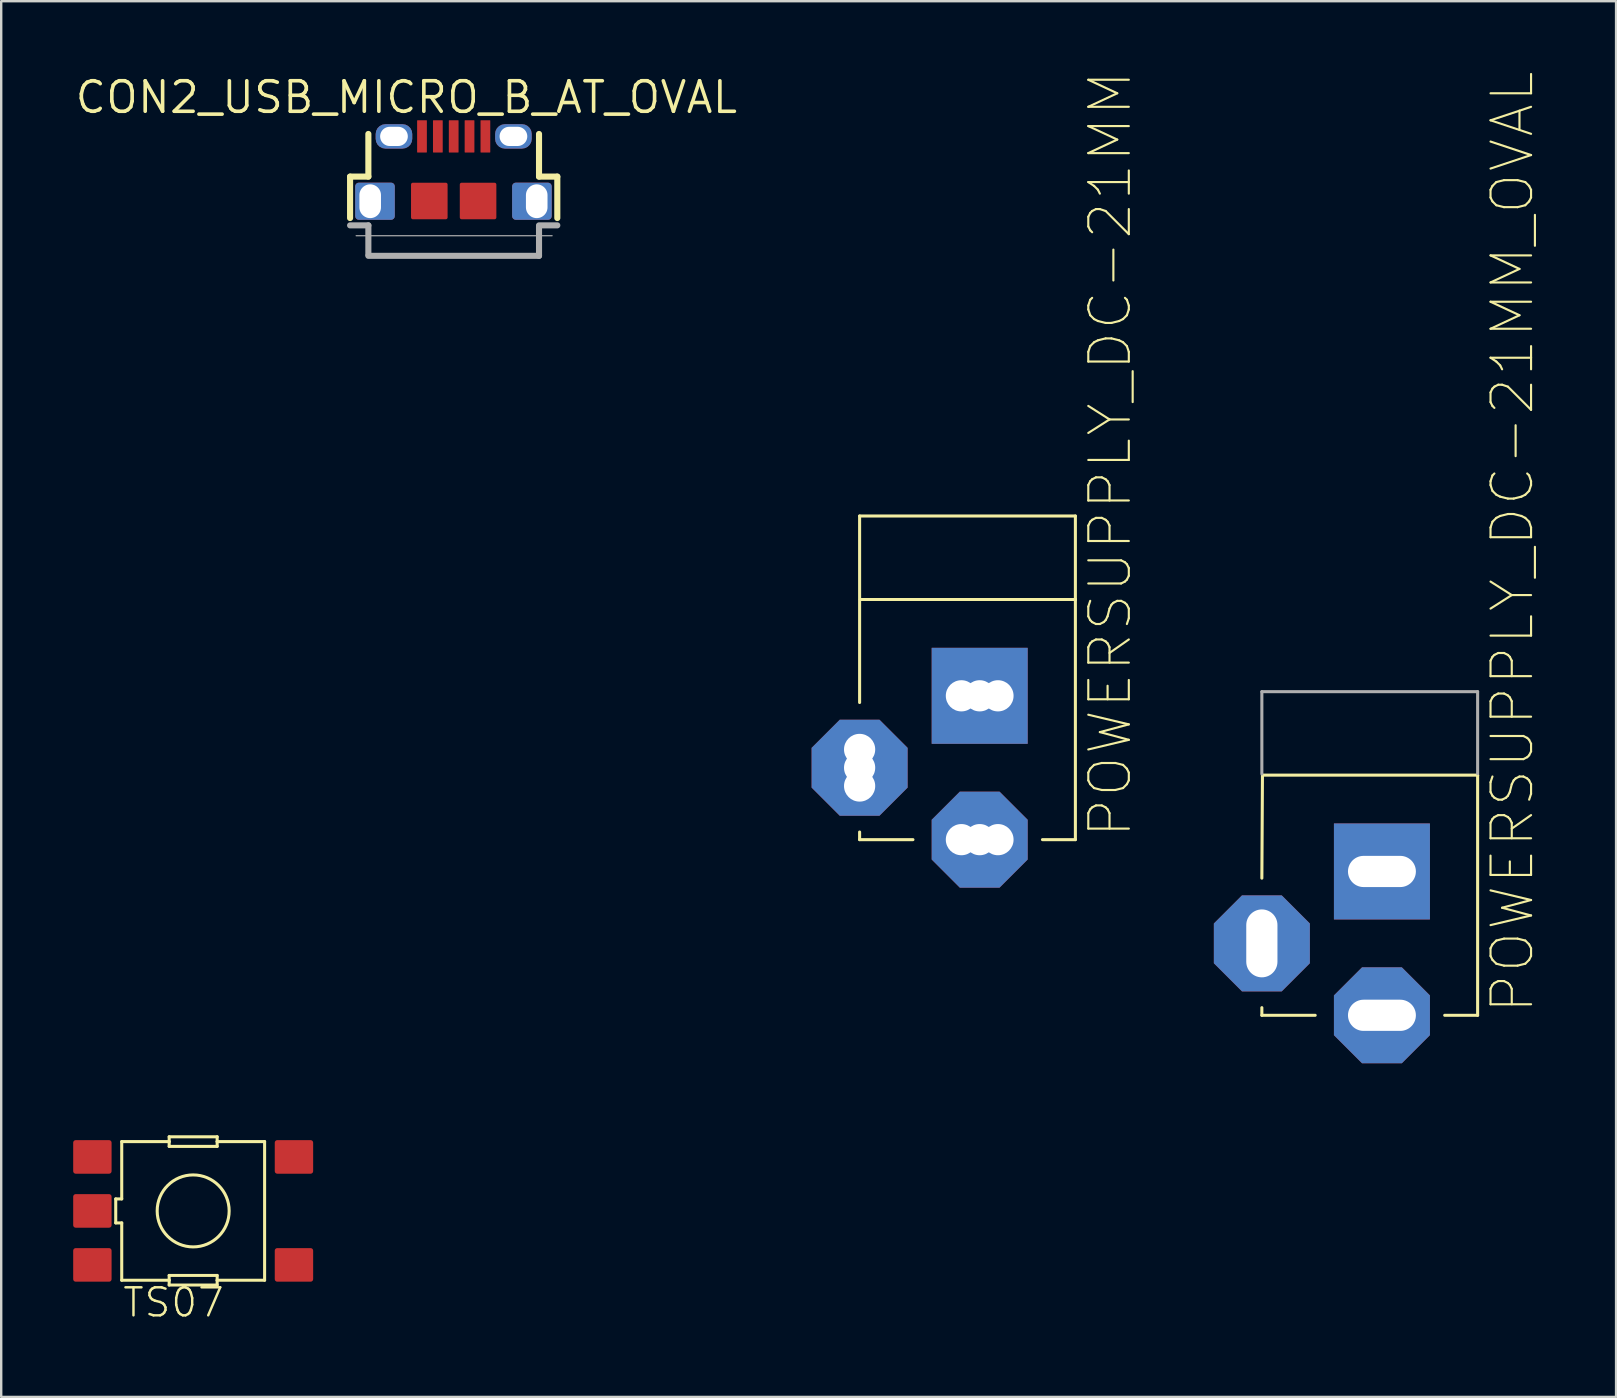
<source format=kicad_pcb>
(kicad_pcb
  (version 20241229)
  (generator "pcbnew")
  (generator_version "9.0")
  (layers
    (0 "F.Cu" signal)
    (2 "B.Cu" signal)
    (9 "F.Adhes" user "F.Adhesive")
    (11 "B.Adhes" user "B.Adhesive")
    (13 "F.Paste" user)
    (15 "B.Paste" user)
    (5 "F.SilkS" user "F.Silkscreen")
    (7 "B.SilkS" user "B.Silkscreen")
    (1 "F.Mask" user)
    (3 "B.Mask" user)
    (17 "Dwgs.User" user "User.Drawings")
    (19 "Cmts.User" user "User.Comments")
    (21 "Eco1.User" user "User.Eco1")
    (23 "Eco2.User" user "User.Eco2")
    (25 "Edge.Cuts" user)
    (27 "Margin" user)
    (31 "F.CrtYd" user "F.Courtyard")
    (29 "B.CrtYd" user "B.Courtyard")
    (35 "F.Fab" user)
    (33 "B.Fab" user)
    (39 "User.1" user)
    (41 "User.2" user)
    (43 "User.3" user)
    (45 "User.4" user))
  (footprint "CON2_USB_MICRO_B_AT_OVAL"
    (layer "F.Cu")
    (at 15.857 5.326)
    (property "Reference" "CON2_USB_MICRO_B_AT_OVAL" (at -1.97 -4.32 0) (layer "F.SilkS") (effects (font (size 1.27 1.27) (thickness 0.15))))
    (attr through_hole)
    (fp_line (start -4.318 -1.016) (end -3.556 -1.016) (stroke (width 0.254) (type solid)) (layer "F.SilkS"))
    (fp_line (start -4.318 0.711) (end -4.318 -1.016) (stroke (width 0.254) (type solid)) (layer "F.SilkS"))
    (fp_line (start -3.556 -1.016) (end -3.556 -2.794) (stroke (width 0.254) (type solid)) (layer "F.SilkS"))
    (fp_line (start 3.556 -2.794) (end 3.556 -1.016) (stroke (width 0.254) (type solid)) (layer "F.SilkS"))
    (fp_line (start 3.556 -1.016) (end 4.318 -1.016) (stroke (width 0.254) (type solid)) (layer "F.SilkS"))
    (fp_line (start 4.318 -1.016) (end 4.318 0.711) (stroke (width 0.254) (type solid)) (layer "F.SilkS"))
    (fp_line (start -4.039 0.432) (end -4.039 -0.432) (stroke (width 0.127) (type solid)) (layer "F.Paste"))
    (fp_line (start -3.937 -0.584) (end -3.937 0.584) (stroke (width 0.127) (type solid)) (layer "F.Paste"))
    (fp_line (start -3.785 -0.686) (end -2.819 -0.686) (stroke (width 0.127) (type solid)) (layer "F.Paste"))
    (fp_line (start -3.15 -2.515) (end -3.15 -2.87) (stroke (width 0.127) (type solid)) (layer "F.Paste"))
    (fp_line (start -3.073 -0.66) (end -2.972 -0.66) (stroke (width 0.127) (type solid)) (layer "F.Paste"))
    (fp_line (start -3.073 0.635) (end -3.073 -0.66) (stroke (width 0.127) (type solid)) (layer "F.Paste"))
    (fp_line (start -3.048 -2.87) (end -3.023 -2.489) (stroke (width 0.127) (type solid)) (layer "F.Paste"))
    (fp_line (start -2.972 -0.66) (end -2.972 0.635) (stroke (width 0.127) (type solid)) (layer "F.Paste"))
    (fp_line (start -2.972 -0.66) (end -2.946 -0.66) (stroke (width 0.127) (type solid)) (layer "F.Paste"))
    (fp_line (start -2.972 0.635) (end -2.845 0.635) (stroke (width 0.127) (type solid)) (layer "F.Paste"))
    (fp_line (start -2.896 -3.124) (end -2.083 -3.124) (stroke (width 0.127) (type solid)) (layer "F.Paste"))
    (fp_line (start -2.845 -0.635) (end -2.743 -0.635) (stroke (width 0.127) (type solid)) (layer "F.Paste"))
    (fp_line (start -2.845 0.635) (end -2.845 -0.635) (stroke (width 0.127) (type solid)) (layer "F.Paste"))
    (fp_line (start -2.819 0.686) (end -3.785 0.686) (stroke (width 0.127) (type solid)) (layer "F.Paste"))
    (fp_line (start -2.743 -0.635) (end -2.743 0.635) (stroke (width 0.127) (type solid)) (layer "F.Paste"))
    (fp_line (start -2.743 0.635) (end -2.692 0.635) (stroke (width 0.127) (type solid)) (layer "F.Paste"))
    (fp_line (start -2.692 0.635) (end -2.692 -0.635) (stroke (width 0.127) (type solid)) (layer "F.Paste"))
    (fp_line (start -2.565 -0.432) (end -2.565 0.432) (stroke (width 0.127) (type solid)) (layer "F.Paste"))
    (fp_line (start -2.083 -2.261) (end -2.896 -2.261) (stroke (width 0.127) (type solid)) (layer "F.Paste"))
    (fp_line (start -1.956 -2.489) (end -1.956 -2.896) (stroke (width 0.127) (type solid)) (layer "F.Paste"))
    (fp_line (start -1.829 -2.87) (end -1.829 -2.515) (stroke (width 0.127) (type solid)) (layer "F.Paste"))
    (fp_line (start 1.829 -2.515) (end 1.829 -2.87) (stroke (width 0.127) (type solid)) (layer "F.Paste"))
    (fp_line (start 1.93 -2.87) (end 1.93 -2.515) (stroke (width 0.127) (type solid)) (layer "F.Paste"))
    (fp_line (start 2.083 -3.124) (end 2.896 -3.124) (stroke (width 0.127) (type solid)) (layer "F.Paste"))
    (fp_line (start 2.591 0.432) (end 2.591 -0.432) (stroke (width 0.127) (type solid)) (layer "F.Paste"))
    (fp_line (start 2.692 -0.584) (end 2.692 0.584) (stroke (width 0.127) (type solid)) (layer "F.Paste"))
    (fp_line (start 2.692 0.584) (end 2.819 0.584) (stroke (width 0.127) (type solid)) (layer "F.Paste"))
    (fp_line (start 2.819 -0.584) (end 2.946 -0.584) (stroke (width 0.127) (type solid)) (layer "F.Paste"))
    (fp_line (start 2.819 0.584) (end 2.819 -0.584) (stroke (width 0.127) (type solid)) (layer "F.Paste"))
    (fp_line (start 2.845 -0.686) (end 3.759 -0.686) (stroke (width 0.127) (type solid)) (layer "F.Paste"))
    (fp_line (start 2.896 -2.261) (end 2.083 -2.261) (stroke (width 0.127) (type solid)) (layer "F.Paste"))
    (fp_line (start 2.946 -0.584) (end 2.946 0.61) (stroke (width 0.127) (type solid)) (layer "F.Paste"))
    (fp_line (start 2.946 0.61) (end 3.048 0.61) (stroke (width 0.127) (type solid)) (layer "F.Paste"))
    (fp_line (start 3.023 -2.896) (end 3.023 -2.489) (stroke (width 0.127) (type solid)) (layer "F.Paste"))
    (fp_line (start 3.073 0.584) (end 3.073 -0.61) (stroke (width 0.127) (type solid)) (layer "F.Paste"))
    (fp_line (start 3.15 -2.87) (end 3.15 -2.515) (stroke (width 0.127) (type solid)) (layer "F.Paste"))
    (fp_line (start 3.759 0.686) (end 2.845 0.686) (stroke (width 0.127) (type solid)) (layer "F.Paste"))
    (fp_line (start 3.912 -0.584) (end 3.912 0.584) (stroke (width 0.127) (type solid)) (layer "F.Paste"))
    (fp_line (start 4.013 -0.432) (end 4.013 0.432) (stroke (width 0.127) (type solid)) (layer "F.Paste"))
    (fp_arc (start -4.0386 -0.4318) (mid -3.964205 -0.611405) (end -3.7846 -0.6858) (stroke (width 0.127) (type solid)) (layer "F.Paste"))
    (fp_arc (start -3.7846 0.6858) (mid -3.964205 0.611405) (end -4.0386 0.4318) (stroke (width 0.127) (type solid)) (layer "F.Paste"))
    (fp_arc (start -3.1496 -2.8702) (mid -3.075205 -3.049805) (end -2.8956 -3.1242) (stroke (width 0.127) (type solid)) (layer "F.Paste"))
    (fp_arc (start -3.048 -2.8702) (mid -3.003363 -2.977963) (end -2.8956 -3.0226) (stroke (width 0.127) (type solid)) (layer "F.Paste"))
    (fp_arc (start -2.8956 -2.3622) (mid -2.985403 -2.399397) (end -3.0226 -2.4892) (stroke (width 0.127) (type solid)) (layer "F.Paste"))
    (fp_arc (start -2.8956 -2.2606) (mid -3.075205 -2.334995) (end -3.1496 -2.5146) (stroke (width 0.127) (type solid)) (layer "F.Paste"))
    (fp_arc (start -2.8194 -0.6858) (mid -2.639795 -0.611405) (end -2.5654 -0.4318) (stroke (width 0.127) (type solid)) (layer "F.Paste"))
    (fp_arc (start -2.5654 0.4318) (mid -2.639795 0.611405) (end -2.8194 0.6858) (stroke (width 0.127) (type solid)) (layer "F.Paste"))
    (fp_arc (start -2.0828 -3.1242) (mid -1.903195 -3.049805) (end -1.8288 -2.8702) (stroke (width 0.127) (type solid)) (layer "F.Paste"))
    (fp_arc (start -2.0828 -3.0226) (mid -1.992997 -2.985403) (end -1.9558 -2.8956) (stroke (width 0.127) (type solid)) (layer "F.Paste"))
    (fp_arc (start -1.9558 -2.4892) (mid -1.992997 -2.399397) (end -2.0828 -2.3622) (stroke (width 0.127) (type solid)) (layer "F.Paste"))
    (fp_arc (start -1.8288 -2.5146) (mid -1.903195 -2.334995) (end -2.0828 -2.2606) (stroke (width 0.127) (type solid)) (layer "F.Paste"))
    (fp_arc (start 1.8288 -2.8702) (mid 1.903195 -3.049805) (end 2.0828 -3.1242) (stroke (width 0.127) (type solid)) (layer "F.Paste"))
    (fp_arc (start 1.9304 -2.8702) (mid 1.967597 -2.960003) (end 2.0574 -2.9972) (stroke (width 0.127) (type solid)) (layer "F.Paste"))
    (fp_arc (start 2.0574 -2.3876) (mid 1.967597 -2.424797) (end 1.9304 -2.5146) (stroke (width 0.127) (type solid)) (layer "F.Paste"))
    (fp_arc (start 2.0828 -2.2606) (mid 1.903195 -2.334995) (end 1.8288 -2.5146) (stroke (width 0.127) (type solid)) (layer "F.Paste"))
    (fp_arc (start 2.5908 -0.4318) (mid 2.665195 -0.611405) (end 2.8448 -0.6858) (stroke (width 0.127) (type solid)) (layer "F.Paste"))
    (fp_arc (start 2.8448 0.6858) (mid 2.665195 0.611405) (end 2.5908 0.4318) (stroke (width 0.127) (type solid)) (layer "F.Paste"))
    (fp_arc (start 2.8956 -3.1242) (mid 3.075205 -3.049805) (end 3.1496 -2.8702) (stroke (width 0.127) (type solid)) (layer "F.Paste"))
    (fp_arc (start 2.8956 -3.0226) (mid 2.985403 -2.985403) (end 3.0226 -2.8956) (stroke (width 0.127) (type solid)) (layer "F.Paste"))
    (fp_arc (start 3.0226 -2.4892) (mid 2.985403 -2.399397) (end 2.8956 -2.3622) (stroke (width 0.127) (type solid)) (layer "F.Paste"))
    (fp_arc (start 3.0734 0.5842) (mid 3.065961 0.602161) (end 3.048 0.6096) (stroke (width 0.127) (type solid)) (layer "F.Paste"))
    (fp_arc (start 3.1496 -2.5146) (mid 3.075205 -2.334995) (end 2.8956 -2.2606) (stroke (width 0.127) (type solid)) (layer "F.Paste"))
    (fp_arc (start 3.7592 -0.6858) (mid 3.938805 -0.611405) (end 4.0132 -0.4318) (stroke (width 0.127) (type solid)) (layer "F.Paste"))
    (fp_arc (start 4.0132 0.4318) (mid 3.938805 0.611405) (end 3.7592 0.6858) (stroke (width 0.127) (type solid)) (layer "F.Paste"))
    (fp_line (start -4.064 1.448) (end 4.1 1.448) (stroke (width 0.051) (type solid)) (layer "F.Fab"))
    (fp_line (start -3.556 1.016) (end -4.318 1.016) (stroke (width 0.254) (type solid)) (layer "F.Fab"))
    (fp_line (start -3.556 2.235) (end -3.556 1.016) (stroke (width 0.254) (type solid)) (layer "F.Fab"))
    (fp_line (start 3.556 2.286) (end -3.556 2.286) (stroke (width 0.254) (type solid)) (layer "F.Fab"))
    (fp_line (start 3.556 2.286) (end 3.556 1.067) (stroke (width 0.254) (type solid)) (layer "F.Fab"))
    (fp_line (start 4.318 1.016) (end 3.556 1.016) (stroke (width 0.254) (type solid)) (layer "F.Fab"))
    (pad "P1" smd roundrect (at -1.321 -2.692) (size 0.406 1.346) (layers "F.Cu" "F.Mask" "F.Paste") (roundrect_rratio 0.05))
    (pad "P2" smd roundrect (at -0.66 -2.692) (size 0.406 1.346) (layers "F.Cu" "F.Mask" "F.Paste") (roundrect_rratio 0.05))
    (pad "P3" smd roundrect (at 0 -2.692) (size 0.406 1.346) (layers "F.Cu" "F.Mask" "F.Paste") (roundrect_rratio 0.05))
    (pad "P4" smd roundrect (at 0.66 -2.692) (size 0.406 1.346) (layers "F.Cu" "F.Mask" "F.Paste") (roundrect_rratio 0.05))
    (pad "P5" smd roundrect (at 1.321 -2.692) (size 0.406 1.346) (layers "F.Cu" "F.Mask" "F.Paste") (roundrect_rratio 0.05))
    (pad "S1" thru_hole roundrect (at -3.48 0.01) (size 1.651 1.549) (drill oval 0.9 1.408 (offset 0.2 0)) (layers "*.Cu" "*.Mask") (roundrect_rratio 0.1))
    (pad "S2" thru_hole roundrect (at 3.46 0.01) (size 1.651 1.549) (drill oval 0.9 1.408 (offset -0.2 0)) (layers "*.Cu" "*.Mask") (roundrect_rratio 0.1))
    (pad "S3" thru_hole roundrect (at -2.489 -2.692) (size 1.524 1.016) (drill oval 1.154 0.8) (layers "*.Cu" "*.Mask") (roundrect_rratio 0.4))
    (pad "S4" thru_hole roundrect (at 2.489 -2.692) (size 1.524 1.016) (drill oval 1.154 0.8) (layers "*.Cu" "*.Mask") (roundrect_rratio 0.4))
    (pad "S5" smd roundrect (at -1.016 0) (size 1.524 1.524) (layers "F.Cu" "F.Mask" "F.Paste") (roundrect_rratio 0.05))
    (pad "S6" smd roundrect (at 1.016 0) (size 1.524 1.524) (layers "F.Cu" "F.Mask" "F.Paste") (roundrect_rratio 0.05)))
  (footprint "TS07"
    (layer "F.Cu")
    (at 5 47.413)
    (property "Reference" "TS07" (at -3 4.5 0) (layer "F.SilkS") (effects (font (size 1.168 1.168) (thickness 0.102)) (justify left bottom)))
    (fp_line (start -3.227 -0.5) (end -3.227 0.5) (stroke (width 0.127) (type solid)) (layer "F.SilkS"))
    (fp_line (start -3.227 0.5) (end -2.977 0.5) (stroke (width 0.127) (type solid)) (layer "F.SilkS"))
    (fp_line (start -2.977 -2.889) (end -2.977 -0.5) (stroke (width 0.127) (type solid)) (layer "F.SilkS"))
    (fp_line (start -2.977 -2.889) (end -1 -2.889) (stroke (width 0.127) (type solid)) (layer "F.SilkS"))
    (fp_line (start -2.977 -0.5) (end -3.227 -0.5) (stroke (width 0.127) (type solid)) (layer "F.SilkS"))
    (fp_line (start -2.977 0.5) (end -2.977 2.889) (stroke (width 0.127) (type solid)) (layer "F.SilkS"))
    (fp_line (start -1 -3.089) (end -1 -2.889) (stroke (width 0.127) (type solid)) (layer "F.SilkS"))
    (fp_line (start -1 -2.889) (end -1 -2.689) (stroke (width 0.127) (type solid)) (layer "F.SilkS"))
    (fp_line (start -1 -2.689) (end 1 -2.689) (stroke (width 0.127) (type solid)) (layer "F.SilkS"))
    (fp_line (start -1 2.689) (end -1 2.889) (stroke (width 0.127) (type solid)) (layer "F.SilkS"))
    (fp_line (start -1 2.889) (end -2.977 2.889) (stroke (width 0.127) (type solid)) (layer "F.SilkS"))
    (fp_line (start -1 2.889) (end -1 3.089) (stroke (width 0.127) (type solid)) (layer "F.SilkS"))
    (fp_line (start -1 3.089) (end 1 3.089) (stroke (width 0.127) (type solid)) (layer "F.SilkS"))
    (fp_line (start 1 -3.089) (end -1 -3.089) (stroke (width 0.127) (type solid)) (layer "F.SilkS"))
    (fp_line (start 1 -2.889) (end 1 -3.089) (stroke (width 0.127) (type solid)) (layer "F.SilkS"))
    (fp_line (start 1 -2.889) (end 2.977 -2.889) (stroke (width 0.127) (type solid)) (layer "F.SilkS"))
    (fp_line (start 1 -2.689) (end 1 -2.889) (stroke (width 0.127) (type solid)) (layer "F.SilkS"))
    (fp_line (start 1 2.689) (end -1 2.689) (stroke (width 0.127) (type solid)) (layer "F.SilkS"))
    (fp_line (start 1 2.889) (end 1 2.689) (stroke (width 0.127) (type solid)) (layer "F.SilkS"))
    (fp_line (start 1 2.889) (end 2.977 2.889) (stroke (width 0.127) (type solid)) (layer "F.SilkS"))
    (fp_line (start 1 3.089) (end 1 2.889) (stroke (width 0.127) (type solid)) (layer "F.SilkS"))
    (fp_line (start 2.977 2.889) (end 2.977 -2.889) (stroke (width 0.127) (type solid)) (layer "F.SilkS"))
    (fp_circle (center 0 0) (end 1.5 0) (stroke (width 0.127) (type solid)) (fill no) (layer "F.SilkS"))
    (fp_poly (pts (xy -4.699 0.381) (xy -3.81 0.381) (xy -3.81 -0.381) (xy -4.699 -0.381)) (stroke (width 0) (type solid)) (fill yes) (layer "F.Paste"))
    (pad "1" smd roundrect (at -4.2 -2.25) (size 1.6 1.4) (layers "F.Cu" "F.Mask" "F.Paste") (roundrect_rratio 0.075))
    (pad "2" smd roundrect (at -4.2 2.25) (size 1.6 1.4) (layers "F.Cu" "F.Mask" "F.Paste") (roundrect_rratio 0.075))
    (pad "3" smd roundrect (at 4.2 -2.25) (size 1.6 1.4) (layers "F.Cu" "F.Mask" "F.Paste") (roundrect_rratio 0.075))
    (pad "4" smd roundrect (at 4.2 2.25) (size 1.6 1.4) (layers "F.Cu" "F.Mask" "F.Paste") (roundrect_rratio 0.075))
    (pad "5" smd roundrect (at -4.2 0) (size 1.6 1.4) (layers "F.Cu" "F.Mask") (roundrect_rratio 0.075)))
  (footprint "POWERSUPPLY_DC-21MM_OVAL"
    (layer "F.Cu")
    (at 54.616 32.911)
    (property "Reference" "POWERSUPPLY_DC-21MM_OVAL" (at 6.35 6.35 90) (layer "F.SilkS") (effects (font (size 1.689 1.689) (thickness 0.089)) (justify left bottom)))
    (attr through_hole)
    (fp_line (start -5.08 6.35) (end -5.08 6.032) (stroke (width 0.127) (type solid)) (layer "F.SilkS"))
    (fp_line (start -5.055 -3.658) (end -5.08 0.635) (stroke (width 0.127) (type solid)) (layer "F.SilkS"))
    (fp_line (start -5.055 -3.658) (end 3.912 -3.658) (stroke (width 0.127) (type solid)) (layer "F.SilkS"))
    (fp_line (start -2.857 6.35) (end -5.08 6.35) (stroke (width 0.127) (type solid)) (layer "F.SilkS"))
    (fp_line (start 2.54 6.35) (end 3.912 6.35) (stroke (width 0.127) (type solid)) (layer "F.SilkS"))
    (fp_line (start 3.912 -3.658) (end 3.912 -3.658) (stroke (width 0.127) (type solid)) (layer "F.SilkS"))
    (fp_line (start 3.912 6.35) (end 3.912 -3.658) (stroke (width 0.127) (type solid)) (layer "F.SilkS"))
    (fp_line (start -5.08 -7.137) (end -5.08 -3.708) (stroke (width 0.127) (type solid)) (layer "F.Fab"))
    (fp_line (start 3.912 -7.137) (end -5.08 -7.137) (stroke (width 0.127) (type solid)) (layer "F.Fab"))
    (fp_line (start 3.912 -7.137) (end 3.912 -3.721) (stroke (width 0.127) (type solid)) (layer "F.Fab"))
    (pad "1" thru_hole roundrect (at -5.08 3.353) (size 4 4) (drill oval 1.3 2.83) (layers "*.Cu" "*.Mask") (roundrect_rratio 0.25) (chamfer_ratio 0.293) (chamfer top_left top_right bottom_left bottom_right))
    (pad "2" thru_hole roundrect (at -0.076 6.35 90) (size 4 4) (drill oval 1.3 2.83) (layers "*.Cu" "*.Mask") (roundrect_rratio 0.25) (chamfer_ratio 0.293) (chamfer top_left top_right bottom_left bottom_right))
    (pad "3" thru_hole rect (at -0.076 0.356 90) (size 4 4) (drill oval 1.3 2.83) (layers "*.Cu" "*.Mask")))
  (footprint "POWERSUPPLY_DC-21MM"
    (layer "F.Cu")
    (at 37.853 25.591)
    (property "Reference" "POWERSUPPLY_DC-21MM" (at 6.35 6.35 90) (layer "F.SilkS") (effects (font (size 1.689 1.689) (thickness 0.089)) (justify left bottom)))
    (fp_line (start -5.08 -7.137) (end -5.08 0.635) (stroke (width 0.127) (type solid)) (layer "F.SilkS"))
    (fp_line (start -5.08 6.35) (end -5.08 6.032) (stroke (width 0.127) (type solid)) (layer "F.SilkS"))
    (fp_line (start -5.055 -3.658) (end 3.912 -3.658) (stroke (width 0.127) (type solid)) (layer "F.SilkS"))
    (fp_line (start -2.857 6.35) (end -5.08 6.35) (stroke (width 0.127) (type solid)) (layer "F.SilkS"))
    (fp_line (start 2.54 6.35) (end 3.912 6.35) (stroke (width 0.127) (type solid)) (layer "F.SilkS"))
    (fp_line (start 3.912 -7.137) (end -5.08 -7.137) (stroke (width 0.127) (type solid)) (layer "F.SilkS"))
    (fp_line (start 3.912 -3.658) (end 3.912 -7.137) (stroke (width 0.127) (type solid)) (layer "F.SilkS"))
    (fp_line (start 3.912 6.35) (end 3.912 -3.658) (stroke (width 0.127) (type solid)) (layer "F.SilkS"))
    (pad "1" thru_hole roundrect (at -5.08 3.353 90) (size 4 4) (drill 1.3) (layers "*.Cu" "*.Mask") (roundrect_rratio 0.25) (chamfer_ratio 0.293) (chamfer top_left top_right bottom_left bottom_right))
    (pad "2" thru_hole roundrect (at -0.076 6.35) (size 4 4) (drill 1.3) (layers "*.Cu" "*.Mask") (roundrect_rratio 0.25) (chamfer_ratio 0.293) (chamfer top_left top_right bottom_left bottom_right))
    (pad "3" thru_hole rect (at -0.076 0.356) (size 4 4) (drill 1.3) (layers "*.Cu" "*.Mask"))
    (pad "4" thru_hole circle (at -5.08 4.115) (size 1.95 1.95) (drill 1.3) (layers "*.Cu" "*.Mask"))
    (pad "5" thru_hole circle (at -5.08 2.591) (size 1.95 1.95) (drill 1.3) (layers "*.Cu" "*.Mask"))
    (pad "6" thru_hole circle (at -0.838 0.356) (size 1.95 1.95) (drill 1.3) (layers "*.Cu" "*.Mask"))
    (pad "7" thru_hole circle (at 0.686 0.356) (size 1.95 1.95) (drill 1.3) (layers "*.Cu" "*.Mask"))
    (pad "8" thru_hole circle (at -0.838 6.35) (size 1.95 1.95) (drill 1.3) (layers "*.Cu" "*.Mask"))
    (pad "9" thru_hole circle (at 0.686 6.35) (size 1.95 1.95) (drill 1.3) (layers "*.Cu" "*.Mask")))
  (gr_rect
    (start -3 -3)
    (end 64.298 55.164)
    (stroke (width 0.1) (type default))
    (fill no)
    (layer "Edge.Cuts")))
</source>
